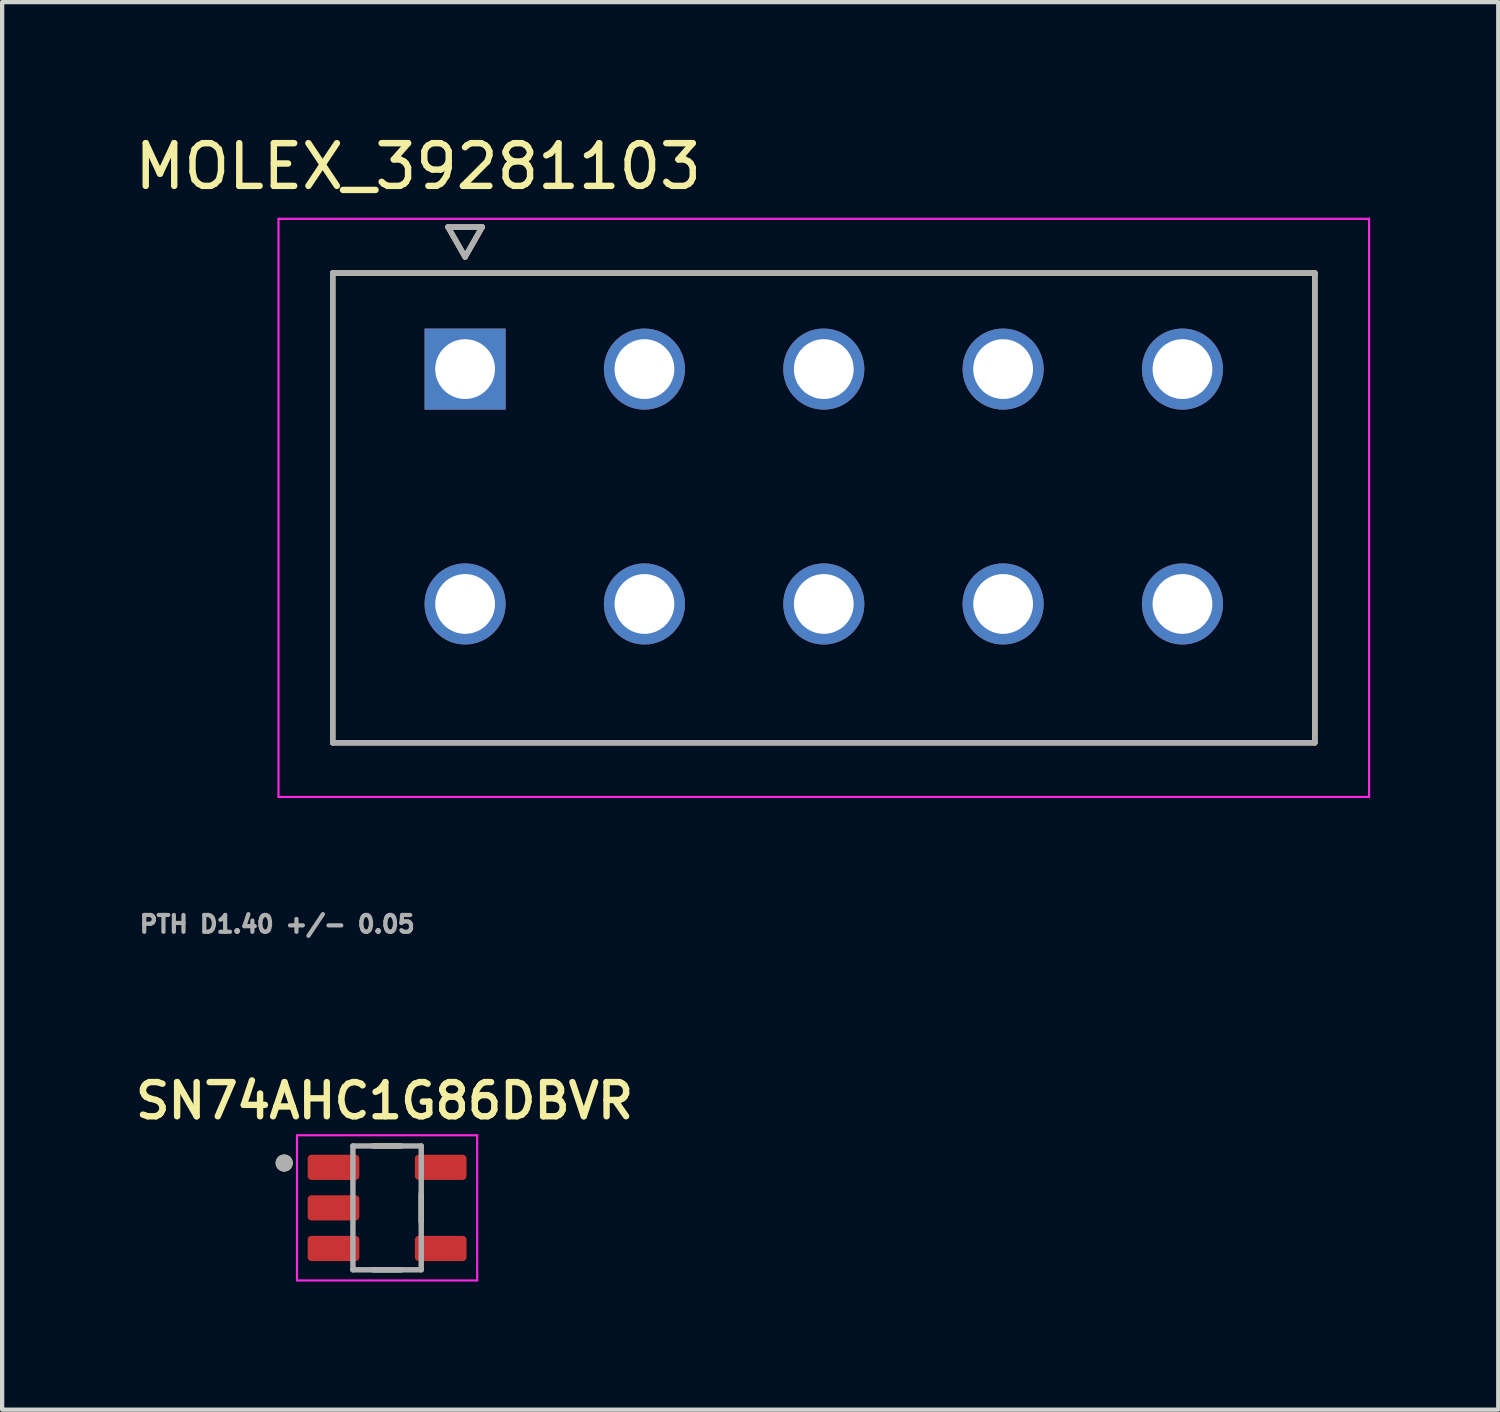
<source format=kicad_pcb>
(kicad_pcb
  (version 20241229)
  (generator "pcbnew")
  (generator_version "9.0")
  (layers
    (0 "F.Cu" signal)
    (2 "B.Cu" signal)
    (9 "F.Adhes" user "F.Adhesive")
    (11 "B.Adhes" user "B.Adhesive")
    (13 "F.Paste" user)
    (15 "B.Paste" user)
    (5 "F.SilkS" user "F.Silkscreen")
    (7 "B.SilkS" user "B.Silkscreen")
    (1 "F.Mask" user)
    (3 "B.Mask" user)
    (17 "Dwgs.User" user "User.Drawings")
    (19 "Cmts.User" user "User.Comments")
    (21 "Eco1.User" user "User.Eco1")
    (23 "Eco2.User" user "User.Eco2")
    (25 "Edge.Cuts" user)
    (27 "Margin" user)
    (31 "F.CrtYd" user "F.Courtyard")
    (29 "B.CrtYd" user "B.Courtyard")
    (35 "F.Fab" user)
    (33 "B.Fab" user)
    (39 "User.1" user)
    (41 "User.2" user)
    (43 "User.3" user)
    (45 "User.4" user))
  (footprint "MOLEX_39281103"
    (layer "F.Cu")
    (at 7.842 5.594)
    (property "Reference" "MOLEX_39281103" (at -1.098 -4.746 0) (layer "F.SilkS") (effects (font (size 1 1) (thickness 0.15))))
    (attr through_hole)
    (fp_circle (center 0 5.5) (end 0.513 5.5) (stroke (width 1.026) (type solid)) (fill no) (layer "F.Mask"))
    (fp_circle (center 4.2 0) (end 4.713 0) (stroke (width 1.026) (type solid)) (fill no) (layer "F.Mask"))
    (fp_circle (center 4.2 5.5) (end 4.713 5.5) (stroke (width 1.026) (type solid)) (fill no) (layer "F.Mask"))
    (fp_circle (center 8.4 0) (end 8.913 0) (stroke (width 1.026) (type solid)) (fill no) (layer "F.Mask"))
    (fp_circle (center 8.4 5.5) (end 8.913 5.5) (stroke (width 1.026) (type solid)) (fill no) (layer "F.Mask"))
    (fp_circle (center 12.6 0) (end 13.113 0) (stroke (width 1.026) (type solid)) (fill no) (layer "F.Mask"))
    (fp_circle (center 12.6 5.5) (end 13.113 5.5) (stroke (width 1.026) (type solid)) (fill no) (layer "F.Mask"))
    (fp_circle (center 16.8 0) (end 17.313 0) (stroke (width 1.026) (type solid)) (fill no) (layer "F.Mask"))
    (fp_circle (center 16.8 5.5) (end 17.313 5.5) (stroke (width 1.026) (type solid)) (fill no) (layer "F.Mask"))
    (fp_poly (pts (xy -1.026 -1.026) (xy 1.026 -1.026) (xy 1.026 1.026) (xy -1.026 1.026)) (stroke (width 0.01) (type solid)) (fill yes) (layer "F.Mask"))
    (fp_circle (center 0 5.5) (end 0.513 5.5) (stroke (width 1.026) (type solid)) (fill no) (layer "B.Mask"))
    (fp_circle (center 4.2 0) (end 4.713 0) (stroke (width 1.026) (type solid)) (fill no) (layer "B.Mask"))
    (fp_circle (center 4.2 5.5) (end 4.713 5.5) (stroke (width 1.026) (type solid)) (fill no) (layer "B.Mask"))
    (fp_circle (center 8.4 0) (end 8.913 0) (stroke (width 1.026) (type solid)) (fill no) (layer "B.Mask"))
    (fp_circle (center 8.4 5.5) (end 8.913 5.5) (stroke (width 1.026) (type solid)) (fill no) (layer "B.Mask"))
    (fp_circle (center 12.6 0) (end 13.113 0) (stroke (width 1.026) (type solid)) (fill no) (layer "B.Mask"))
    (fp_circle (center 12.6 5.5) (end 13.113 5.5) (stroke (width 1.026) (type solid)) (fill no) (layer "B.Mask"))
    (fp_circle (center 16.8 0) (end 17.313 0) (stroke (width 1.026) (type solid)) (fill no) (layer "B.Mask"))
    (fp_circle (center 16.8 5.5) (end 17.313 5.5) (stroke (width 1.026) (type solid)) (fill no) (layer "B.Mask"))
    (fp_poly (pts (xy -1.026 -1.026) (xy 1.026 -1.026) (xy 1.026 1.026) (xy -1.026 1.026)) (stroke (width 0.01) (type solid)) (fill yes) (layer "B.Mask"))
    (fp_line (start -3.1 -2.25) (end 19.9 -2.25) (stroke (width 0.127) (type solid)) (layer "F.SilkS"))
    (fp_line (start -3.1 8.75) (end -3.1 -2.25) (stroke (width 0.127) (type solid)) (layer "F.SilkS"))
    (fp_line (start -0.4 -3.327) (end 0 -2.627) (stroke (width 0.127) (type solid)) (layer "F.SilkS"))
    (fp_line (start 0 -2.627) (end 0.4 -3.327) (stroke (width 0.127) (type solid)) (layer "F.SilkS"))
    (fp_line (start 0.4 -3.327) (end -0.4 -3.327) (stroke (width 0.127) (type solid)) (layer "F.SilkS"))
    (fp_line (start 19.9 -2.25) (end 19.9 8.75) (stroke (width 0.127) (type solid)) (layer "F.SilkS"))
    (fp_line (start 19.9 8.75) (end -3.1 8.75) (stroke (width 0.127) (type solid)) (layer "F.SilkS"))
    (fp_line (start -4.37 -3.52) (end 21.17 -3.52) (stroke (width 0.05) (type solid)) (layer "F.CrtYd"))
    (fp_line (start -4.37 10.02) (end -4.37 -3.52) (stroke (width 0.05) (type solid)) (layer "F.CrtYd"))
    (fp_line (start 21.17 -3.52) (end 21.17 10.02) (stroke (width 0.05) (type solid)) (layer "F.CrtYd"))
    (fp_line (start 21.17 10.02) (end -4.37 10.02) (stroke (width 0.05) (type solid)) (layer "F.CrtYd"))
    (fp_line (start -3.1 -2.25) (end 19.9 -2.25) (stroke (width 0.127) (type solid)) (layer "F.Fab"))
    (fp_line (start -3.1 8.75) (end -3.1 -2.25) (stroke (width 0.127) (type solid)) (layer "F.Fab"))
    (fp_line (start -0.4 -3.327) (end 0 -2.627) (stroke (width 0.127) (type solid)) (layer "F.Fab"))
    (fp_line (start 0 -2.627) (end 0.4 -3.327) (stroke (width 0.127) (type solid)) (layer "F.Fab"))
    (fp_line (start 0.4 -3.327) (end -0.4 -3.327) (stroke (width 0.127) (type solid)) (layer "F.Fab"))
    (fp_line (start 19.9 -2.25) (end 19.9 8.75) (stroke (width 0.127) (type solid)) (layer "F.Fab"))
    (fp_line (start 19.9 8.75) (end -3.1 8.75) (stroke (width 0.127) (type solid)) (layer "F.Fab"))
    (fp_text user "PTH D1.40 +/- 0.05" (at -4.4 13 0) (layer "F.Fab") (effects (font (size 0.394 0.394) (thickness 0.15))))
    (pad "1" thru_hole rect (at 0 0) (size 1.9 1.9) (drill 1.4) (layers "*.Cu"))
    (pad "2" thru_hole circle (at 4.2 0) (size 1.9 1.9) (drill 1.4) (layers "*.Cu"))
    (pad "3" thru_hole circle (at 8.4 0) (size 1.9 1.9) (drill 1.4) (layers "*.Cu"))
    (pad "4" thru_hole circle (at 12.6 0) (size 1.9 1.9) (drill 1.4) (layers "*.Cu"))
    (pad "5" thru_hole circle (at 16.8 0) (size 1.9 1.9) (drill 1.4) (layers "*.Cu"))
    (pad "6" thru_hole circle (at 0 5.5) (size 1.9 1.9) (drill 1.4) (layers "*.Cu"))
    (pad "7" thru_hole circle (at 4.2 5.5) (size 1.9 1.9) (drill 1.4) (layers "*.Cu"))
    (pad "8" thru_hole circle (at 8.4 5.5) (size 1.9 1.9) (drill 1.4) (layers "*.Cu"))
    (pad "9" thru_hole circle (at 12.6 5.5) (size 1.9 1.9) (drill 1.4) (layers "*.Cu"))
    (pad "10" thru_hole circle (at 16.8 5.5) (size 1.9 1.9) (drill 1.4) (layers "*.Cu")))
  (footprint "SN74AHC1G86DBVR"
    (layer "F.Cu")
    (at 6.015 25.237)
    (property "Reference" "SN74AHC1G86DBVR" (at -0.06 -2.508 0) (layer "F.SilkS") (effects (font (size 0.8 0.8) (thickness 0.15))))
    (attr smd)
    (fp_line (start -0.33 -1.45) (end 0.33 -1.45) (stroke (width 0.127) (type solid)) (layer "F.SilkS"))
    (fp_line (start 0.33 1.45) (end -0.33 1.45) (stroke (width 0.127) (type solid)) (layer "F.SilkS"))
    (fp_line (start 0.8 -0.335) (end 0.8 0.335) (stroke (width 0.127) (type solid)) (layer "F.SilkS"))
    (fp_circle (center -2.41 -1.05) (end -2.31 -1.05) (stroke (width 0.2) (type solid)) (fill no) (layer "F.SilkS"))
    (fp_line (start -2.11 -1.7) (end 2.11 -1.7) (stroke (width 0.05) (type solid)) (layer "F.CrtYd"))
    (fp_line (start -2.11 1.7) (end -2.11 -1.7) (stroke (width 0.05) (type solid)) (layer "F.CrtYd"))
    (fp_line (start 2.11 -1.7) (end 2.11 1.7) (stroke (width 0.05) (type solid)) (layer "F.CrtYd"))
    (fp_line (start 2.11 1.7) (end -2.11 1.7) (stroke (width 0.05) (type solid)) (layer "F.CrtYd"))
    (fp_line (start -0.8 -1.45) (end 0.8 -1.45) (stroke (width 0.127) (type solid)) (layer "F.Fab"))
    (fp_line (start -0.8 1.45) (end -0.8 -1.45) (stroke (width 0.127) (type solid)) (layer "F.Fab"))
    (fp_line (start 0.8 -1.45) (end 0.8 1.45) (stroke (width 0.127) (type solid)) (layer "F.Fab"))
    (fp_line (start 0.8 1.45) (end -0.8 1.45) (stroke (width 0.127) (type solid)) (layer "F.Fab"))
    (fp_circle (center -2.41 -1.05) (end -2.31 -1.05) (stroke (width 0.2) (type solid)) (fill no) (layer "F.Fab"))
    (pad "1" smd roundrect (at -1.255 -0.95) (size 1.21 0.59) (layers "F.Cu" "F.Mask" "F.Paste") (roundrect_rratio 0.15))
    (pad "2" smd roundrect (at -1.255 0) (size 1.21 0.59) (layers "F.Cu" "F.Mask" "F.Paste") (roundrect_rratio 0.15))
    (pad "3" smd roundrect (at -1.255 0.95) (size 1.21 0.59) (layers "F.Cu" "F.Mask" "F.Paste") (roundrect_rratio 0.15))
    (pad "4" smd roundrect (at 1.255 0.95) (size 1.21 0.59) (layers "F.Cu" "F.Mask" "F.Paste") (roundrect_rratio 0.15))
    (pad "5" smd roundrect (at 1.255 -0.95) (size 1.21 0.59) (layers "F.Cu" "F.Mask" "F.Paste") (roundrect_rratio 0.15)))
  (gr_rect
    (start -3 -3)
    (end 32.037 29.962)
    (stroke (width 0.1) (type default))
    (fill no)
    (layer "Edge.Cuts")))
</source>
